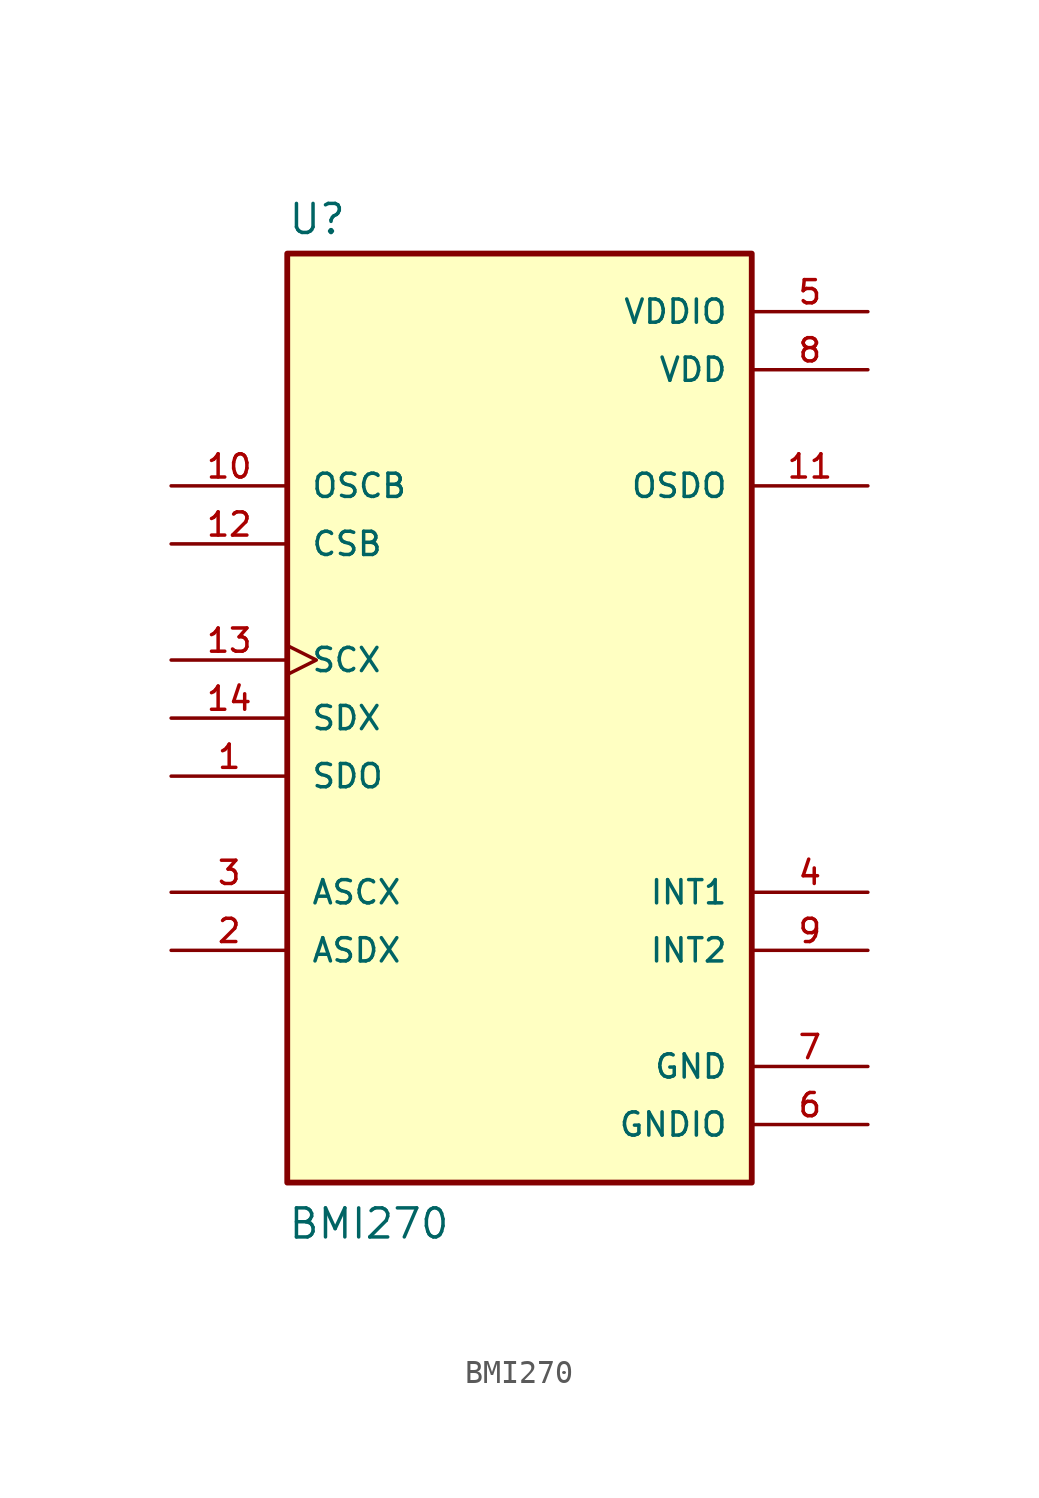
<source format=kicad_sym>
(kicad_symbol_lib
  (version 20220914)
  (generator kicad_symbol_editor)
  (symbol "BMI270"
    (pin_names
      (offset 1.016))
    (property "Reference" "U"
      (at -10.16 21.082 0)
      (effects (font (size 1.27 1.27)) (justify left bottom)))
    (property "Value" "BMI270"
      (at -10.16 -22.86 0)
      (effects (font (size 1.27 1.27)) (justify left bottom)))
    (symbol "BMI270_0_0"
      (rectangle (start -10.16 -20.32) (end 10.16 20.32) (stroke (width 0.254) (type default)) (fill (type background)))
      (pin bidirectional line (at -15.24 -2.54 0) (length 5.08) (name "SDO" (effects (font (size 1.016 1.016)))) (number "1" (effects (font (size 1.016 1.016)))))
      (pin input line (at -15.24 10.16 0) (length 5.08) (name "OSCB" (effects (font (size 1.016 1.016)))) (number "10" (effects (font (size 1.016 1.016)))))
      (pin output line (at 15.24 10.16 180) (length 5.08) (name "OSDO" (effects (font (size 1.016 1.016)))) (number "11" (effects (font (size 1.016 1.016)))))
      (pin input line (at -15.24 7.62 0) (length 5.08) (name "CSB" (effects (font (size 1.016 1.016)))) (number "12" (effects (font (size 1.016 1.016)))))
      (pin input clock (at -15.24 2.54 0) (length 5.08) (name "SCX" (effects (font (size 1.016 1.016)))) (number "13" (effects (font (size 1.016 1.016)))))
      (pin bidirectional line (at -15.24 0 0) (length 5.08) (name "SDX" (effects (font (size 1.016 1.016)))) (number "14" (effects (font (size 1.016 1.016)))))
      (pin bidirectional line (at -15.24 -10.16 0) (length 5.08) (name "ASDX" (effects (font (size 1.016 1.016)))) (number "2" (effects (font (size 1.016 1.016)))))
      (pin bidirectional line (at -15.24 -7.62 0) (length 5.08) (name "ASCX" (effects (font (size 1.016 1.016)))) (number "3" (effects (font (size 1.016 1.016)))))
      (pin bidirectional line (at 15.24 -7.62 180) (length 5.08) (name "INT1" (effects (font (size 1.016 1.016)))) (number "4" (effects (font (size 1.016 1.016)))))
      (pin power_in line (at 15.24 17.78 180) (length 5.08) (name "VDDIO" (effects (font (size 1.016 1.016)))) (number "5" (effects (font (size 1.016 1.016)))))
      (pin power_in line (at 15.24 -17.78 180) (length 5.08) (name "GNDIO" (effects (font (size 1.016 1.016)))) (number "6" (effects (font (size 1.016 1.016)))))
      (pin power_in line (at 15.24 -15.24 180) (length 5.08) (name "GND" (effects (font (size 1.016 1.016)))) (number "7" (effects (font (size 1.016 1.016)))))
      (pin power_in line (at 15.24 15.24 180) (length 5.08) (name "VDD" (effects (font (size 1.016 1.016)))) (number "8" (effects (font (size 1.016 1.016)))))
      (pin bidirectional line (at 15.24 -10.16 180) (length 5.08) (name "INT2" (effects (font (size 1.016 1.016)))) (number "9" (effects (font (size 1.016 1.016))))))))
</source>
